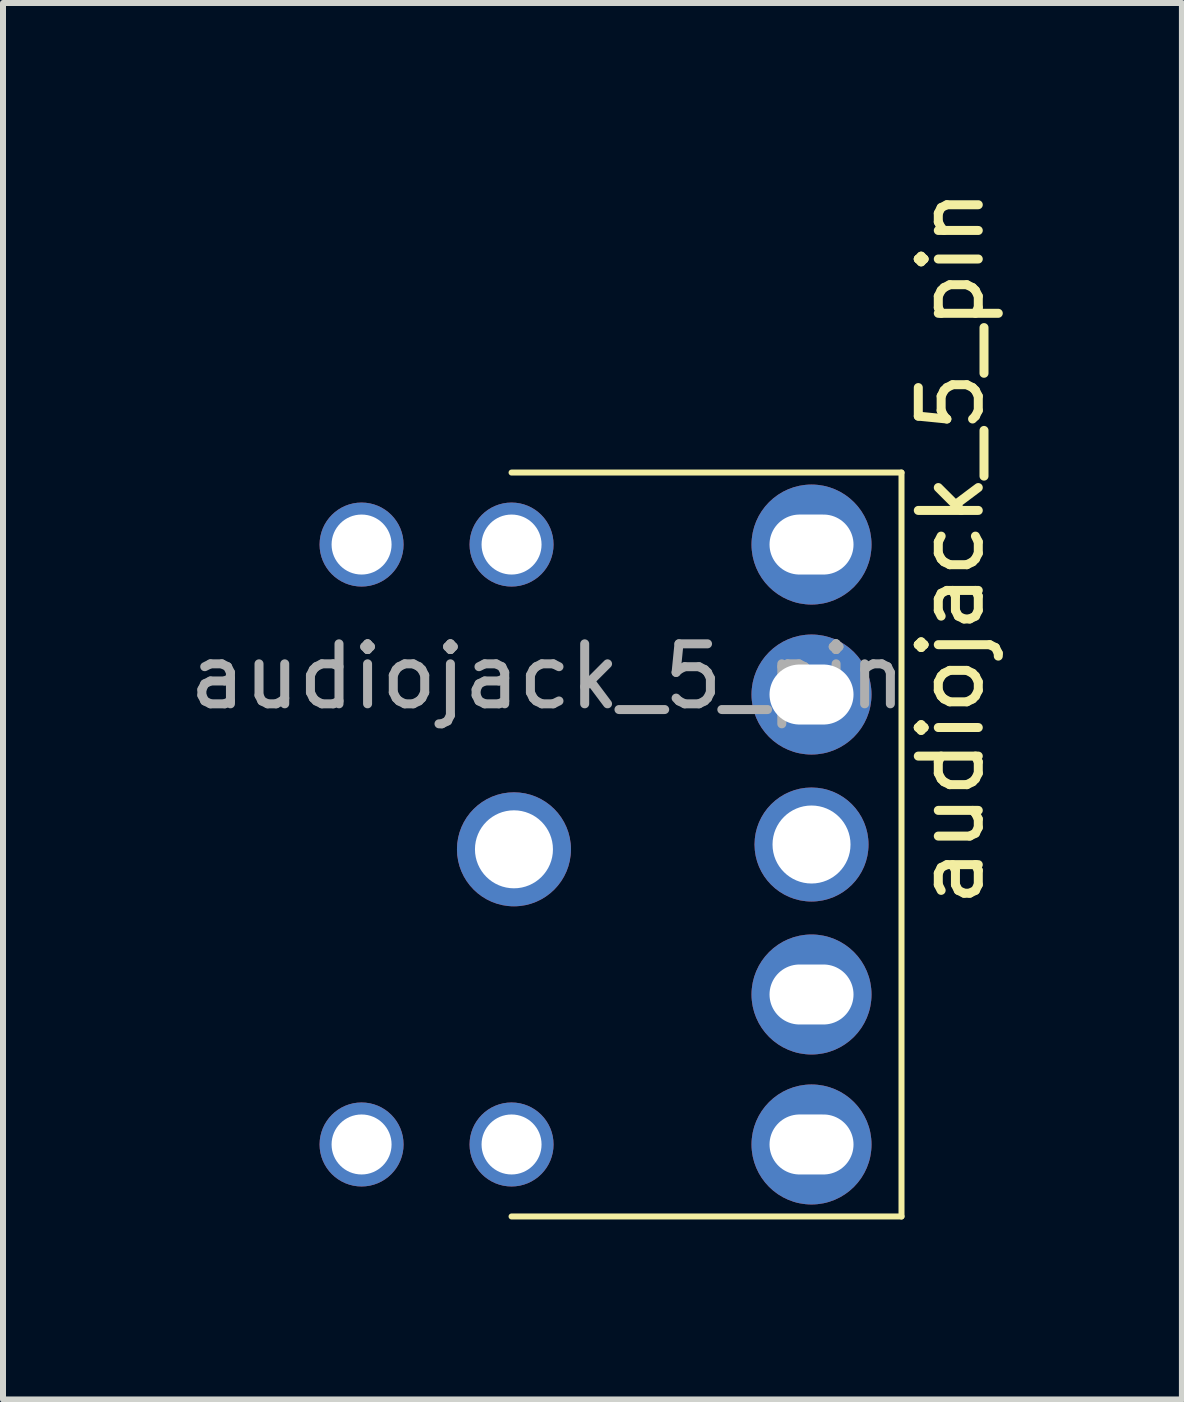
<source format=kicad_pcb>
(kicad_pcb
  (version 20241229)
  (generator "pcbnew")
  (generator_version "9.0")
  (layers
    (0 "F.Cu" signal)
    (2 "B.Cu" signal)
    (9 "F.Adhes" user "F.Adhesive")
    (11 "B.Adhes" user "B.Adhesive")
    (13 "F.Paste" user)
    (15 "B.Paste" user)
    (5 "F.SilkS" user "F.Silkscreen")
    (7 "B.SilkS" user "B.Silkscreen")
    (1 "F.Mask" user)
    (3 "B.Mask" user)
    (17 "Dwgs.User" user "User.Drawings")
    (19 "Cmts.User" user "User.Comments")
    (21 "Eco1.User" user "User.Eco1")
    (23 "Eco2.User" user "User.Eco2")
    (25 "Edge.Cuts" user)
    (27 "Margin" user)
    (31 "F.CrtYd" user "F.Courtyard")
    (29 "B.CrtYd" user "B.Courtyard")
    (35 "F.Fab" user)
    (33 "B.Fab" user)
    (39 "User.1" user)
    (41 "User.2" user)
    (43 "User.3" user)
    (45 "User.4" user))
  (footprint "audiojack_5_pin"
    (layer "F.Cu")
    (at 2.977 6.027)
    (property "Reference" "audiojack_5_pin" (at 9.825 0.05 90) (unlocked yes) (layer "F.SilkS") (effects (font (size 1 1) (thickness 0.15))))
    (attr through_hole)
    (fp_line (start 2.5 -1.2) (end 9 -1.2) (stroke (width 0.1) (type solid)) (layer "F.SilkS"))
    (fp_line (start 2.5 11.2) (end 9 11.2) (stroke (width 0.1) (type solid)) (layer "F.SilkS"))
    (fp_line (start 9 -1.2) (end 9 11.2) (stroke (width 0.1) (type solid)) (layer "F.SilkS"))
    (fp_text user "${REFERENCE}" (at 3.1 2.2 0) (unlocked yes) (layer "F.Fab") (effects (font (size 1 1) (thickness 0.15))))
    (pad "" thru_hole circle (at 0 0) (size 1.4 1.4) (drill 1) (layers "*.Cu" "*.Mask"))
    (pad "" thru_hole circle (at 0 10) (size 1.4 1.4) (drill 1) (layers "*.Cu" "*.Mask"))
    (pad "" thru_hole circle (at 2.5 0) (size 1.4 1.4) (drill 1) (layers "*.Cu" "*.Mask"))
    (pad "" thru_hole circle (at 2.5 10) (size 1.4 1.4) (drill 1) (layers "*.Cu" "*.Mask"))
    (pad "" thru_hole circle (at 7.5 2.5) (size 2 2) (drill oval 1.4 1) (layers "*.Cu" "*.Mask"))
    (pad "" thru_hole circle (at 7.5 5) (size 1.9 1.9) (drill 1.3) (layers "*.Cu" "*.Mask"))
    (pad "" thru_hole circle (at 7.5 7.5) (size 2 2) (drill oval 1.4 1) (layers "*.Cu" "*.Mask"))
    (pad "1" thru_hole circle (at 7.5 0) (size 2 2) (drill oval 1.4 1) (layers "*.Cu" "*.Mask"))
    (pad "2" thru_hole circle (at 2.54 5.08) (size 1.9 1.9) (drill 1.3) (layers "*.Cu" "*.Mask"))
    (pad "3" thru_hole circle (at 7.5 10) (size 2 2) (drill oval 1.4 1) (layers "*.Cu" "*.Mask")))
  (gr_rect
    (start -3 -3)
    (end 16.651 20.277)
    (stroke (width 0.1) (type default))
    (fill no)
    (layer "Edge.Cuts")))
</source>
